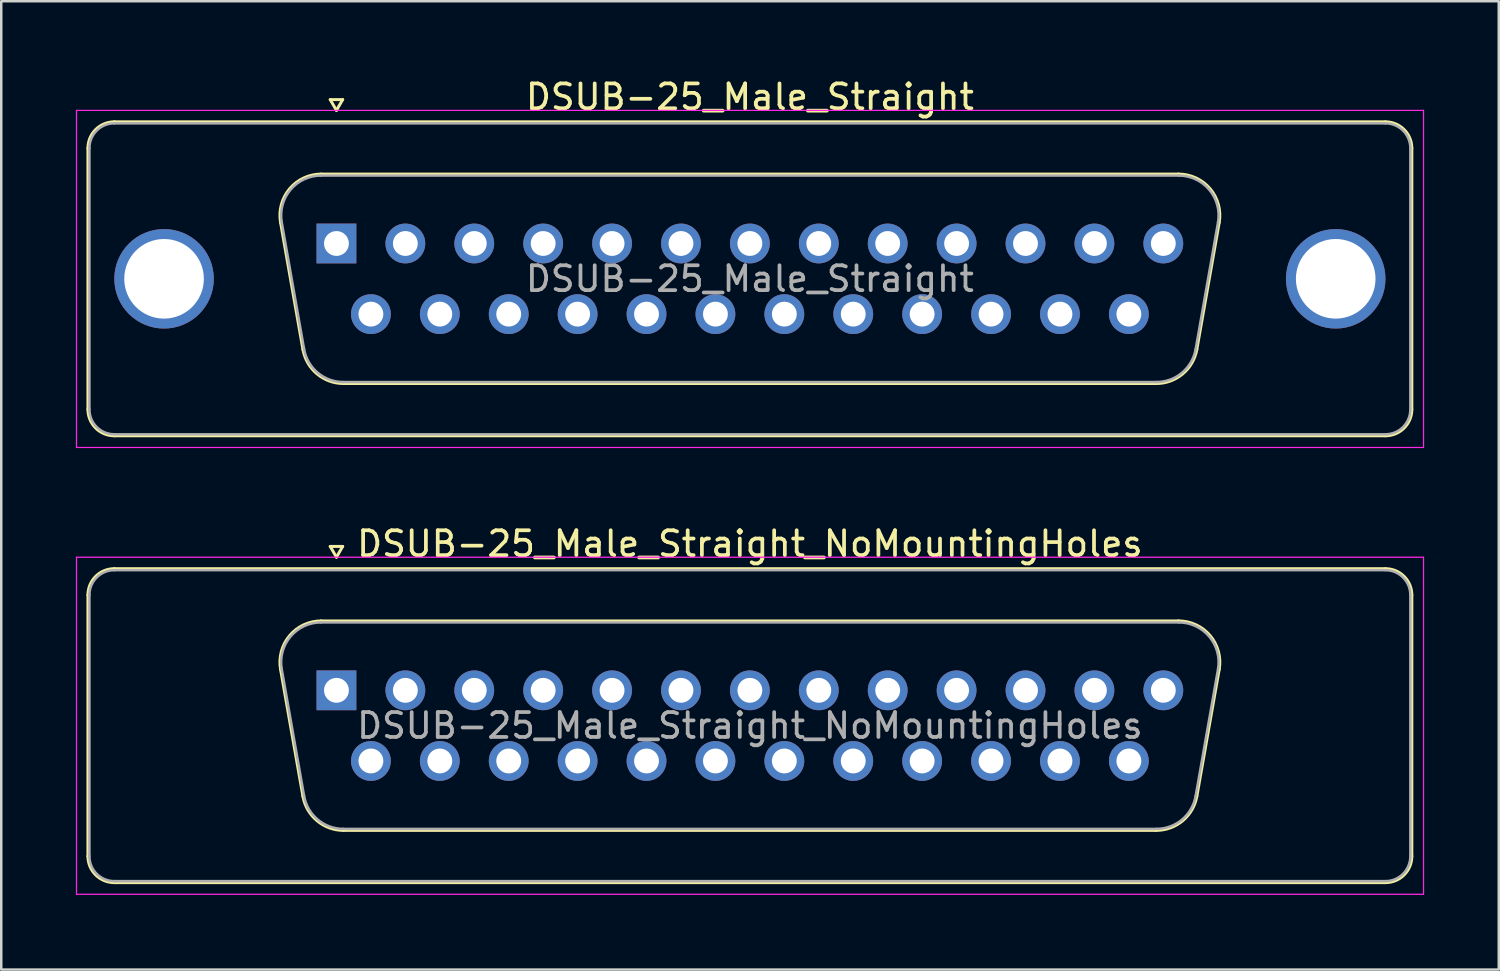
<source format=kicad_pcb>
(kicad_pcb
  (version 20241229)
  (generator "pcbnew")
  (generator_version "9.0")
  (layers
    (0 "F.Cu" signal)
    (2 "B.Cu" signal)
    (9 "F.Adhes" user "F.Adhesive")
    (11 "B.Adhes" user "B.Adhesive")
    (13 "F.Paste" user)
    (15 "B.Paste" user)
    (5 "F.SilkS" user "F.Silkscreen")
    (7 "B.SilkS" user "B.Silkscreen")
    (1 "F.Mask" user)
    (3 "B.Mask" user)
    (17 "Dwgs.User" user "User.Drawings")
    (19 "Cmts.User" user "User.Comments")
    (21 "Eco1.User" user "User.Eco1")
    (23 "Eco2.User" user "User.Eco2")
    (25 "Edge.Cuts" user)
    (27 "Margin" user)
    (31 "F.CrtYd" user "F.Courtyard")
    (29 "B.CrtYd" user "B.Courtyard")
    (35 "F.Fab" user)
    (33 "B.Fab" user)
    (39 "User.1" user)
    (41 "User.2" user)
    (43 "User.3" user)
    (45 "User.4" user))
  (footprint "DSUB-25_Male_Straight"
    (layer "F.Cu")
    (at 10.475 6.738)
    (property "Reference" "DSUB-25_Male_Straight" (at 16.62 -5.89 0) (layer "F.SilkS") (effects (font (size 1 1) (thickness 0.15))))
    (attr through_hole)
    (fp_line (start -9.99 6.67) (end -9.99 -3.83) (stroke (width 0.12) (type solid)) (layer "F.SilkS"))
    (fp_line (start -8.93 -4.89) (end 42.17 -4.89) (stroke (width 0.12) (type solid)) (layer "F.SilkS"))
    (fp_line (start -2.246 -0.842) (end -1.347 4.258) (stroke (width 0.12) (type solid)) (layer "F.SilkS"))
    (fp_line (start -0.612 -2.79) (end 33.852 -2.79) (stroke (width 0.12) (type solid)) (layer "F.SilkS"))
    (fp_line (start -0.25 -5.784) (end 0.25 -5.784) (stroke (width 0.12) (type solid)) (layer "F.SilkS"))
    (fp_line (start 0 -5.351) (end -0.25 -5.784) (stroke (width 0.12) (type solid)) (layer "F.SilkS"))
    (fp_line (start 0.25 -5.784) (end 0 -5.351) (stroke (width 0.12) (type solid)) (layer "F.SilkS"))
    (fp_line (start 0.288 5.63) (end 32.952 5.63) (stroke (width 0.12) (type solid)) (layer "F.SilkS"))
    (fp_line (start 35.486 -0.842) (end 34.587 4.258) (stroke (width 0.12) (type solid)) (layer "F.SilkS"))
    (fp_line (start 42.17 7.73) (end -8.93 7.73) (stroke (width 0.12) (type solid)) (layer "F.SilkS"))
    (fp_line (start 43.23 -3.83) (end 43.23 6.67) (stroke (width 0.12) (type solid)) (layer "F.SilkS"))
    (fp_arc (start -9.99 -3.83) (mid -9.679533 -4.579533) (end -8.93 -4.89) (stroke (width 0.12) (type solid)) (layer "F.SilkS"))
    (fp_arc (start -8.93 7.73) (mid -9.679533 7.419533) (end -9.99 6.67) (stroke (width 0.12) (type solid)) (layer "F.SilkS"))
    (fp_arc (start -2.24647 -0.841744) (mid -1.883323 -2.197028) (end -0.611689 -2.79) (stroke (width 0.12) (type solid)) (layer "F.SilkS"))
    (fp_arc (start 0.287579 5.63) (mid -0.779448 5.241634) (end -1.347202 4.258256) (stroke (width 0.12) (type solid)) (layer "F.SilkS"))
    (fp_arc (start 33.851689 -2.79) (mid 35.123323 -2.197027) (end 35.48647 -0.841744) (stroke (width 0.12) (type solid)) (layer "F.SilkS"))
    (fp_arc (start 34.587202 4.258256) (mid 34.019449 5.241634) (end 32.952421 5.63) (stroke (width 0.12) (type solid)) (layer "F.SilkS"))
    (fp_arc (start 42.17 -4.89) (mid 42.919533 -4.579533) (end 43.23 -3.83) (stroke (width 0.12) (type solid)) (layer "F.SilkS"))
    (fp_arc (start 43.23 6.67) (mid 42.919533 7.419533) (end 42.17 7.73) (stroke (width 0.12) (type solid)) (layer "F.SilkS"))
    (fp_line (start -10.45 -5.35) (end -10.45 8.2) (stroke (width 0.05) (type solid)) (layer "F.CrtYd"))
    (fp_line (start -10.45 8.2) (end 43.7 8.2) (stroke (width 0.05) (type solid)) (layer "F.CrtYd"))
    (fp_line (start 43.7 -5.35) (end -10.45 -5.35) (stroke (width 0.05) (type solid)) (layer "F.CrtYd"))
    (fp_line (start 43.7 8.2) (end 43.7 -5.35) (stroke (width 0.05) (type solid)) (layer "F.CrtYd"))
    (fp_line (start -9.93 6.67) (end -9.93 -3.83) (stroke (width 0.1) (type solid)) (layer "F.Fab"))
    (fp_line (start -8.93 -4.83) (end 42.17 -4.83) (stroke (width 0.1) (type solid)) (layer "F.Fab"))
    (fp_line (start -2.199 -0.852) (end -1.3 4.248) (stroke (width 0.1) (type solid)) (layer "F.Fab"))
    (fp_line (start -0.623 -2.73) (end 33.863 -2.73) (stroke (width 0.1) (type solid)) (layer "F.Fab"))
    (fp_line (start 0.276 5.57) (end 32.964 5.57) (stroke (width 0.1) (type solid)) (layer "F.Fab"))
    (fp_line (start 35.439 -0.852) (end 34.54 4.248) (stroke (width 0.1) (type solid)) (layer "F.Fab"))
    (fp_line (start 42.17 7.67) (end -8.93 7.67) (stroke (width 0.1) (type solid)) (layer "F.Fab"))
    (fp_line (start 43.17 -3.83) (end 43.17 6.67) (stroke (width 0.1) (type solid)) (layer "F.Fab"))
    (fp_arc (start -9.93 -3.83) (mid -9.637107 -4.537107) (end -8.93 -4.83) (stroke (width 0.1) (type solid)) (layer "F.Fab"))
    (fp_arc (start -8.93 7.67) (mid -9.637107 7.377107) (end -9.93 6.67) (stroke (width 0.1) (type solid)) (layer "F.Fab"))
    (fp_arc (start -2.198886 -0.852163) (mid -1.848865 -2.15846) (end -0.623194 -2.73) (stroke (width 0.1) (type solid)) (layer "F.Fab"))
    (fp_arc (start 0.276073 5.57) (mid -0.752387 5.195671) (end -1.299619 4.247837) (stroke (width 0.1) (type solid)) (layer "F.Fab"))
    (fp_arc (start 33.863194 -2.73) (mid 35.088865 -2.15846) (end 35.438886 -0.852163) (stroke (width 0.1) (type solid)) (layer "F.Fab"))
    (fp_arc (start 34.539619 4.247837) (mid 33.992387 5.195671) (end 32.963927 5.57) (stroke (width 0.1) (type solid)) (layer "F.Fab"))
    (fp_arc (start 42.17 -4.83) (mid 42.877107 -4.537107) (end 43.17 -3.83) (stroke (width 0.1) (type solid)) (layer "F.Fab"))
    (fp_arc (start 43.17 6.67) (mid 42.877107 7.377107) (end 42.17 7.67) (stroke (width 0.1) (type solid)) (layer "F.Fab"))
    (fp_text user "${REFERENCE}" (at 16.62 1.42 0) (layer "F.Fab") (effects (font (size 1 1) (thickness 0.15))))
    (pad "0" thru_hole circle (at -6.93 1.42) (size 4 4) (drill 3.2) (layers "*.Cu" "*.Mask"))
    (pad "0" thru_hole circle (at 40.17 1.42) (size 4 4) (drill 3.2) (layers "*.Cu" "*.Mask"))
    (pad "1" thru_hole rect (at 0 0) (size 1.6 1.6) (drill 1) (layers "*.Cu" "*.Mask"))
    (pad "2" thru_hole circle (at 2.77 0) (size 1.6 1.6) (drill 1) (layers "*.Cu" "*.Mask"))
    (pad "3" thru_hole circle (at 5.54 0) (size 1.6 1.6) (drill 1) (layers "*.Cu" "*.Mask"))
    (pad "4" thru_hole circle (at 8.31 0) (size 1.6 1.6) (drill 1) (layers "*.Cu" "*.Mask"))
    (pad "5" thru_hole circle (at 11.08 0) (size 1.6 1.6) (drill 1) (layers "*.Cu" "*.Mask"))
    (pad "6" thru_hole circle (at 13.85 0) (size 1.6 1.6) (drill 1) (layers "*.Cu" "*.Mask"))
    (pad "7" thru_hole circle (at 16.62 0) (size 1.6 1.6) (drill 1) (layers "*.Cu" "*.Mask"))
    (pad "8" thru_hole circle (at 19.39 0) (size 1.6 1.6) (drill 1) (layers "*.Cu" "*.Mask"))
    (pad "9" thru_hole circle (at 22.16 0) (size 1.6 1.6) (drill 1) (layers "*.Cu" "*.Mask"))
    (pad "10" thru_hole circle (at 24.93 0) (size 1.6 1.6) (drill 1) (layers "*.Cu" "*.Mask"))
    (pad "11" thru_hole circle (at 27.7 0) (size 1.6 1.6) (drill 1) (layers "*.Cu" "*.Mask"))
    (pad "12" thru_hole circle (at 30.47 0) (size 1.6 1.6) (drill 1) (layers "*.Cu" "*.Mask"))
    (pad "13" thru_hole circle (at 33.24 0) (size 1.6 1.6) (drill 1) (layers "*.Cu" "*.Mask"))
    (pad "14" thru_hole circle (at 1.385 2.84) (size 1.6 1.6) (drill 1) (layers "*.Cu" "*.Mask"))
    (pad "15" thru_hole circle (at 4.155 2.84) (size 1.6 1.6) (drill 1) (layers "*.Cu" "*.Mask"))
    (pad "16" thru_hole circle (at 6.925 2.84) (size 1.6 1.6) (drill 1) (layers "*.Cu" "*.Mask"))
    (pad "17" thru_hole circle (at 9.695 2.84) (size 1.6 1.6) (drill 1) (layers "*.Cu" "*.Mask"))
    (pad "18" thru_hole circle (at 12.465 2.84) (size 1.6 1.6) (drill 1) (layers "*.Cu" "*.Mask"))
    (pad "19" thru_hole circle (at 15.235 2.84) (size 1.6 1.6) (drill 1) (layers "*.Cu" "*.Mask"))
    (pad "20" thru_hole circle (at 18.005 2.84) (size 1.6 1.6) (drill 1) (layers "*.Cu" "*.Mask"))
    (pad "21" thru_hole circle (at 20.775 2.84) (size 1.6 1.6) (drill 1) (layers "*.Cu" "*.Mask"))
    (pad "22" thru_hole circle (at 23.545 2.84) (size 1.6 1.6) (drill 1) (layers "*.Cu" "*.Mask"))
    (pad "23" thru_hole circle (at 26.315 2.84) (size 1.6 1.6) (drill 1) (layers "*.Cu" "*.Mask"))
    (pad "24" thru_hole circle (at 29.085 2.84) (size 1.6 1.6) (drill 1) (layers "*.Cu" "*.Mask"))
    (pad "25" thru_hole circle (at 31.855 2.84) (size 1.6 1.6) (drill 1) (layers "*.Cu" "*.Mask")))
  (footprint "DSUB-25_Male_Straight_NoMountingHoles"
    (layer "F.Cu")
    (at 10.475 24.701)
    (property "Reference" "DSUB-25_Male_Straight_NoMountingHoles" (at 16.62 -5.89 0) (layer "F.SilkS") (effects (font (size 1 1) (thickness 0.15))))
    (attr through_hole)
    (fp_line (start -9.99 6.67) (end -9.99 -3.83) (stroke (width 0.12) (type solid)) (layer "F.SilkS"))
    (fp_line (start -8.93 -4.89) (end 42.17 -4.89) (stroke (width 0.12) (type solid)) (layer "F.SilkS"))
    (fp_line (start -2.246 -0.842) (end -1.347 4.258) (stroke (width 0.12) (type solid)) (layer "F.SilkS"))
    (fp_line (start -0.612 -2.79) (end 33.852 -2.79) (stroke (width 0.12) (type solid)) (layer "F.SilkS"))
    (fp_line (start -0.25 -5.784) (end 0.25 -5.784) (stroke (width 0.12) (type solid)) (layer "F.SilkS"))
    (fp_line (start 0 -5.351) (end -0.25 -5.784) (stroke (width 0.12) (type solid)) (layer "F.SilkS"))
    (fp_line (start 0.25 -5.784) (end 0 -5.351) (stroke (width 0.12) (type solid)) (layer "F.SilkS"))
    (fp_line (start 0.288 5.63) (end 32.952 5.63) (stroke (width 0.12) (type solid)) (layer "F.SilkS"))
    (fp_line (start 35.486 -0.842) (end 34.587 4.258) (stroke (width 0.12) (type solid)) (layer "F.SilkS"))
    (fp_line (start 42.17 7.73) (end -8.93 7.73) (stroke (width 0.12) (type solid)) (layer "F.SilkS"))
    (fp_line (start 43.23 -3.83) (end 43.23 6.67) (stroke (width 0.12) (type solid)) (layer "F.SilkS"))
    (fp_arc (start -9.99 -3.83) (mid -9.679533 -4.579533) (end -8.93 -4.89) (stroke (width 0.12) (type solid)) (layer "F.SilkS"))
    (fp_arc (start -8.93 7.73) (mid -9.679533 7.419533) (end -9.99 6.67) (stroke (width 0.12) (type solid)) (layer "F.SilkS"))
    (fp_arc (start -2.24647 -0.841744) (mid -1.883323 -2.197028) (end -0.611689 -2.79) (stroke (width 0.12) (type solid)) (layer "F.SilkS"))
    (fp_arc (start 0.287579 5.63) (mid -0.779448 5.241634) (end -1.347202 4.258256) (stroke (width 0.12) (type solid)) (layer "F.SilkS"))
    (fp_arc (start 33.851689 -2.79) (mid 35.123323 -2.197027) (end 35.48647 -0.841744) (stroke (width 0.12) (type solid)) (layer "F.SilkS"))
    (fp_arc (start 34.587202 4.258256) (mid 34.019449 5.241634) (end 32.952421 5.63) (stroke (width 0.12) (type solid)) (layer "F.SilkS"))
    (fp_arc (start 42.17 -4.89) (mid 42.919533 -4.579533) (end 43.23 -3.83) (stroke (width 0.12) (type solid)) (layer "F.SilkS"))
    (fp_arc (start 43.23 6.67) (mid 42.919533 7.419533) (end 42.17 7.73) (stroke (width 0.12) (type solid)) (layer "F.SilkS"))
    (fp_line (start -10.45 -5.35) (end -10.45 8.2) (stroke (width 0.05) (type solid)) (layer "F.CrtYd"))
    (fp_line (start -10.45 8.2) (end 43.7 8.2) (stroke (width 0.05) (type solid)) (layer "F.CrtYd"))
    (fp_line (start 43.7 -5.35) (end -10.45 -5.35) (stroke (width 0.05) (type solid)) (layer "F.CrtYd"))
    (fp_line (start 43.7 8.2) (end 43.7 -5.35) (stroke (width 0.05) (type solid)) (layer "F.CrtYd"))
    (fp_line (start -9.93 6.67) (end -9.93 -3.83) (stroke (width 0.1) (type solid)) (layer "F.Fab"))
    (fp_line (start -8.93 -4.83) (end 42.17 -4.83) (stroke (width 0.1) (type solid)) (layer "F.Fab"))
    (fp_line (start -2.199 -0.852) (end -1.3 4.248) (stroke (width 0.1) (type solid)) (layer "F.Fab"))
    (fp_line (start -0.623 -2.73) (end 33.863 -2.73) (stroke (width 0.1) (type solid)) (layer "F.Fab"))
    (fp_line (start 0.276 5.57) (end 32.964 5.57) (stroke (width 0.1) (type solid)) (layer "F.Fab"))
    (fp_line (start 35.439 -0.852) (end 34.54 4.248) (stroke (width 0.1) (type solid)) (layer "F.Fab"))
    (fp_line (start 42.17 7.67) (end -8.93 7.67) (stroke (width 0.1) (type solid)) (layer "F.Fab"))
    (fp_line (start 43.17 -3.83) (end 43.17 6.67) (stroke (width 0.1) (type solid)) (layer "F.Fab"))
    (fp_arc (start -9.93 -3.83) (mid -9.637107 -4.537107) (end -8.93 -4.83) (stroke (width 0.1) (type solid)) (layer "F.Fab"))
    (fp_arc (start -8.93 7.67) (mid -9.637107 7.377107) (end -9.93 6.67) (stroke (width 0.1) (type solid)) (layer "F.Fab"))
    (fp_arc (start -2.198886 -0.852163) (mid -1.848865 -2.15846) (end -0.623194 -2.73) (stroke (width 0.1) (type solid)) (layer "F.Fab"))
    (fp_arc (start 0.276073 5.57) (mid -0.752387 5.195671) (end -1.299619 4.247837) (stroke (width 0.1) (type solid)) (layer "F.Fab"))
    (fp_arc (start 33.863194 -2.73) (mid 35.088865 -2.15846) (end 35.438886 -0.852163) (stroke (width 0.1) (type solid)) (layer "F.Fab"))
    (fp_arc (start 34.539619 4.247837) (mid 33.992387 5.195671) (end 32.963927 5.57) (stroke (width 0.1) (type solid)) (layer "F.Fab"))
    (fp_arc (start 42.17 -4.83) (mid 42.877107 -4.537107) (end 43.17 -3.83) (stroke (width 0.1) (type solid)) (layer "F.Fab"))
    (fp_arc (start 43.17 6.67) (mid 42.877107 7.377107) (end 42.17 7.67) (stroke (width 0.1) (type solid)) (layer "F.Fab"))
    (fp_text user "${REFERENCE}" (at 16.62 1.42 0) (layer "F.Fab") (effects (font (size 1 1) (thickness 0.15))))
    (pad "1" thru_hole rect (at 0 0) (size 1.6 1.6) (drill 1) (layers "*.Cu" "*.Mask"))
    (pad "2" thru_hole circle (at 2.77 0) (size 1.6 1.6) (drill 1) (layers "*.Cu" "*.Mask"))
    (pad "3" thru_hole circle (at 5.54 0) (size 1.6 1.6) (drill 1) (layers "*.Cu" "*.Mask"))
    (pad "4" thru_hole circle (at 8.31 0) (size 1.6 1.6) (drill 1) (layers "*.Cu" "*.Mask"))
    (pad "5" thru_hole circle (at 11.08 0) (size 1.6 1.6) (drill 1) (layers "*.Cu" "*.Mask"))
    (pad "6" thru_hole circle (at 13.85 0) (size 1.6 1.6) (drill 1) (layers "*.Cu" "*.Mask"))
    (pad "7" thru_hole circle (at 16.62 0) (size 1.6 1.6) (drill 1) (layers "*.Cu" "*.Mask"))
    (pad "8" thru_hole circle (at 19.39 0) (size 1.6 1.6) (drill 1) (layers "*.Cu" "*.Mask"))
    (pad "9" thru_hole circle (at 22.16 0) (size 1.6 1.6) (drill 1) (layers "*.Cu" "*.Mask"))
    (pad "10" thru_hole circle (at 24.93 0) (size 1.6 1.6) (drill 1) (layers "*.Cu" "*.Mask"))
    (pad "11" thru_hole circle (at 27.7 0) (size 1.6 1.6) (drill 1) (layers "*.Cu" "*.Mask"))
    (pad "12" thru_hole circle (at 30.47 0) (size 1.6 1.6) (drill 1) (layers "*.Cu" "*.Mask"))
    (pad "13" thru_hole circle (at 33.24 0) (size 1.6 1.6) (drill 1) (layers "*.Cu" "*.Mask"))
    (pad "14" thru_hole circle (at 1.385 2.84) (size 1.6 1.6) (drill 1) (layers "*.Cu" "*.Mask"))
    (pad "15" thru_hole circle (at 4.155 2.84) (size 1.6 1.6) (drill 1) (layers "*.Cu" "*.Mask"))
    (pad "16" thru_hole circle (at 6.925 2.84) (size 1.6 1.6) (drill 1) (layers "*.Cu" "*.Mask"))
    (pad "17" thru_hole circle (at 9.695 2.84) (size 1.6 1.6) (drill 1) (layers "*.Cu" "*.Mask"))
    (pad "18" thru_hole circle (at 12.465 2.84) (size 1.6 1.6) (drill 1) (layers "*.Cu" "*.Mask"))
    (pad "19" thru_hole circle (at 15.235 2.84) (size 1.6 1.6) (drill 1) (layers "*.Cu" "*.Mask"))
    (pad "20" thru_hole circle (at 18.005 2.84) (size 1.6 1.6) (drill 1) (layers "*.Cu" "*.Mask"))
    (pad "21" thru_hole circle (at 20.775 2.84) (size 1.6 1.6) (drill 1) (layers "*.Cu" "*.Mask"))
    (pad "22" thru_hole circle (at 23.545 2.84) (size 1.6 1.6) (drill 1) (layers "*.Cu" "*.Mask"))
    (pad "23" thru_hole circle (at 26.315 2.84) (size 1.6 1.6) (drill 1) (layers "*.Cu" "*.Mask"))
    (pad "24" thru_hole circle (at 29.085 2.84) (size 1.6 1.6) (drill 1) (layers "*.Cu" "*.Mask"))
    (pad "25" thru_hole circle (at 31.855 2.84) (size 1.6 1.6) (drill 1) (layers "*.Cu" "*.Mask")))
  (gr_rect
    (start -3 -3)
    (end 57.2 35.926)
    (stroke (width 0.1) (type default))
    (fill no)
    (layer "Edge.Cuts")))
</source>
